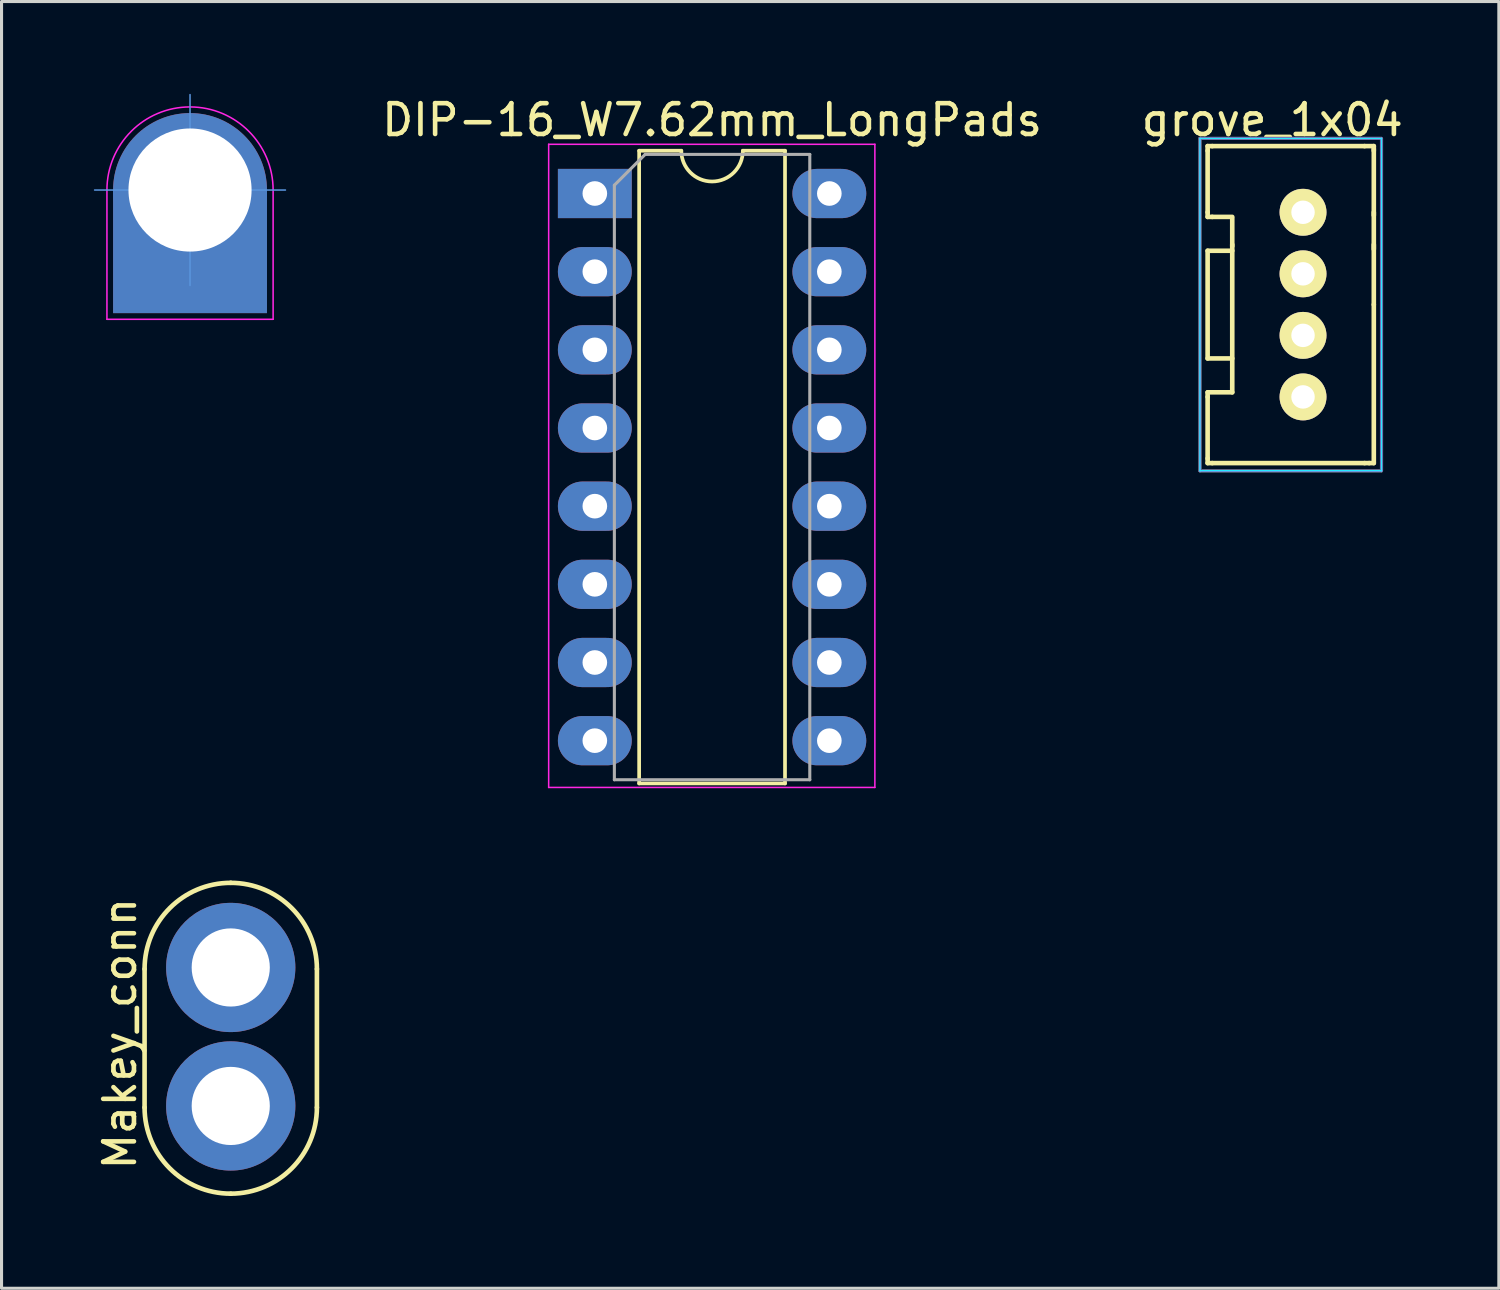
<source format=kicad_pcb>
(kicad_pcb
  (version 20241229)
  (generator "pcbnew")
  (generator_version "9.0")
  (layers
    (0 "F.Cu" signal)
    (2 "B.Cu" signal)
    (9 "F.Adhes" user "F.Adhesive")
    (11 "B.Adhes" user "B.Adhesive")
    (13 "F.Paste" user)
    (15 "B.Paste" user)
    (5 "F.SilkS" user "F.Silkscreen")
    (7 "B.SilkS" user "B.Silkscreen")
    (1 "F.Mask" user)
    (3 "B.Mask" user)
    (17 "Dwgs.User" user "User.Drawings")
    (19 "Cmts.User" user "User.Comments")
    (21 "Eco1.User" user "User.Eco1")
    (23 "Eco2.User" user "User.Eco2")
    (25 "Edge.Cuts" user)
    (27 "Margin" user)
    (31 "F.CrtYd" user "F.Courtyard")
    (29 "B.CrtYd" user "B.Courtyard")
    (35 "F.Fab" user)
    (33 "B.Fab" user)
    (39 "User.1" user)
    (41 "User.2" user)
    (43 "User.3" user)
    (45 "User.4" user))
  (footprint "Makey_conn"
    (layer "F.Cu")
    (at 4.448 30.638)
    (property "Reference" "Makey_conn" (at -3.6 -0.1 90) (layer "F.SilkS") (effects (font (size 1 1) (thickness 0.15))))
    (attr through_hole)
    (fp_line (start -2.8 2.3) (end -2.8 -2.2) (stroke (width 0.15) (type solid)) (layer "F.SilkS"))
    (fp_line (start 2.8 2.3) (end 2.8 -2.2) (stroke (width 0.15) (type solid)) (layer "F.SilkS"))
    (fp_arc (start -2.8 -2.2) (mid -1.979899 -4.179899) (end 0 -5) (stroke (width 0.15) (type solid)) (layer "F.SilkS"))
    (fp_arc (start 0 -5) (mid 1.979899 -4.179899) (end 2.8 -2.2) (stroke (width 0.15) (type solid)) (layer "F.SilkS"))
    (fp_arc (start 0 5.1) (mid -1.979899 4.279899) (end -2.8 2.3) (stroke (width 0.15) (type solid)) (layer "F.SilkS"))
    (fp_arc (start 2.8 2.3) (mid 1.979899 4.279899) (end 0 5.1) (stroke (width 0.15) (type solid)) (layer "F.SilkS"))
    (pad "1" thru_hole circle (at 0 -2.25) (size 4.2 4.2) (drill 2.54) (layers "*.Cu" "*.Mask"))
    (pad "1" thru_hole circle (at 0 2.25) (size 4.2 4.2) (drill 2.54) (layers "*.Cu" "*.Mask")))
  (footprint "DIP-16_W7.62mm_LongPads"
    (layer "F.Cu")
    (at 16.279 3.238)
    (property "Reference" "DIP-16_W7.62mm_LongPads" (at 3.81 -2.39 0) (layer "F.SilkS") (effects (font (size 1 1) (thickness 0.15))))
    (attr through_hole)
    (fp_line (start 1.44 -1.39) (end 1.44 19.17) (stroke (width 0.12) (type solid)) (layer "F.SilkS"))
    (fp_line (start 1.44 19.17) (end 6.18 19.17) (stroke (width 0.12) (type solid)) (layer "F.SilkS"))
    (fp_line (start 2.81 -1.39) (end 1.44 -1.39) (stroke (width 0.12) (type solid)) (layer "F.SilkS"))
    (fp_line (start 6.18 -1.39) (end 4.81 -1.39) (stroke (width 0.12) (type solid)) (layer "F.SilkS"))
    (fp_line (start 6.18 19.17) (end 6.18 -1.39) (stroke (width 0.12) (type solid)) (layer "F.SilkS"))
    (fp_arc (start 4.81 -1.39) (mid 3.81 -0.39) (end 2.81 -1.39) (stroke (width 0.12) (type solid)) (layer "F.SilkS"))
    (fp_line (start -1.5 -1.6) (end -1.5 19.3) (stroke (width 0.05) (type solid)) (layer "F.CrtYd"))
    (fp_line (start -1.5 19.3) (end 9.1 19.3) (stroke (width 0.05) (type solid)) (layer "F.CrtYd"))
    (fp_line (start 9.1 -1.6) (end -1.5 -1.6) (stroke (width 0.05) (type solid)) (layer "F.CrtYd"))
    (fp_line (start 9.1 19.3) (end 9.1 -1.6) (stroke (width 0.05) (type solid)) (layer "F.CrtYd"))
    (fp_line (start 0.635 -0.27) (end 1.635 -1.27) (stroke (width 0.1) (type solid)) (layer "F.Fab"))
    (fp_line (start 0.635 19.05) (end 0.635 -0.27) (stroke (width 0.1) (type solid)) (layer "F.Fab"))
    (fp_line (start 1.635 -1.27) (end 6.985 -1.27) (stroke (width 0.1) (type solid)) (layer "F.Fab"))
    (fp_line (start 6.985 -1.27) (end 6.985 19.05) (stroke (width 0.1) (type solid)) (layer "F.Fab"))
    (fp_line (start 6.985 19.05) (end 0.635 19.05) (stroke (width 0.1) (type solid)) (layer "F.Fab"))
    (pad "1" thru_hole rect (at 0 0) (size 2.4 1.6) (drill 0.8) (layers "*.Cu" "*.Mask"))
    (pad "2" thru_hole oval (at 0 2.54) (size 2.4 1.6) (drill 0.8) (layers "*.Cu" "*.Mask"))
    (pad "3" thru_hole oval (at 0 5.08) (size 2.4 1.6) (drill 0.8) (layers "*.Cu" "*.Mask"))
    (pad "4" thru_hole oval (at 0 7.62) (size 2.4 1.6) (drill 0.8) (layers "*.Cu" "*.Mask"))
    (pad "5" thru_hole oval (at 0 10.16) (size 2.4 1.6) (drill 0.8) (layers "*.Cu" "*.Mask"))
    (pad "6" thru_hole oval (at 0 12.7) (size 2.4 1.6) (drill 0.8) (layers "*.Cu" "*.Mask"))
    (pad "7" thru_hole oval (at 0 15.24) (size 2.4 1.6) (drill 0.8) (layers "*.Cu" "*.Mask"))
    (pad "8" thru_hole oval (at 0 17.78) (size 2.4 1.6) (drill 0.8) (layers "*.Cu" "*.Mask"))
    (pad "9" thru_hole oval (at 7.62 17.78) (size 2.4 1.6) (drill 0.8) (layers "*.Cu" "*.Mask"))
    (pad "10" thru_hole oval (at 7.62 15.24) (size 2.4 1.6) (drill 0.8) (layers "*.Cu" "*.Mask"))
    (pad "11" thru_hole oval (at 7.62 12.7) (size 2.4 1.6) (drill 0.8) (layers "*.Cu" "*.Mask"))
    (pad "12" thru_hole oval (at 7.62 10.16) (size 2.4 1.6) (drill 0.8) (layers "*.Cu" "*.Mask"))
    (pad "13" thru_hole oval (at 7.62 7.62) (size 2.4 1.6) (drill 0.8) (layers "*.Cu" "*.Mask"))
    (pad "14" thru_hole oval (at 7.62 5.08) (size 2.4 1.6) (drill 0.8) (layers "*.Cu" "*.Mask"))
    (pad "15" thru_hole oval (at 7.62 2.54) (size 2.4 1.6) (drill 0.8) (layers "*.Cu" "*.Mask"))
    (pad "16" thru_hole oval (at 7.62 0) (size 2.4 1.6) (drill 0.8) (layers "*.Cu" "*.Mask")))
  (footprint "grove_1x04"
    (layer "F.Cu")
    (at 39.292 3.848)
    (property "Reference" "grove_1x04" (at -1 -3 0) (layer "F.SilkS") (effects (font (size 1 1) (thickness 0.15))))
    (attr through_hole)
    (fp_line (start -3.1 -2.15) (end -2.95 -2.15) (stroke (width 0.15) (type solid)) (layer "F.SilkS"))
    (fp_line (start -3.1 -2) (end -3.1 -2.15) (stroke (width 0.15) (type solid)) (layer "F.SilkS"))
    (fp_line (start -3.1 -2) (end -3.1 0) (stroke (width 0.15) (type solid)) (layer "F.SilkS"))
    (fp_line (start -3.1 0.15) (end -3.1 0) (stroke (width 0.15) (type solid)) (layer "F.SilkS"))
    (fp_line (start -3.1 1.25) (end -3.1 4.75) (stroke (width 0.15) (type solid)) (layer "F.SilkS"))
    (fp_line (start -3.1 4.75) (end -2.3 4.75) (stroke (width 0.15) (type solid)) (layer "F.SilkS"))
    (fp_line (start -3.1 5.85) (end -2.3 5.85) (stroke (width 0.15) (type solid)) (layer "F.SilkS"))
    (fp_line (start -3.1 6) (end -3.1 5.85) (stroke (width 0.15) (type solid)) (layer "F.SilkS"))
    (fp_line (start -3.1 6) (end -3.1 8) (stroke (width 0.15) (type solid)) (layer "F.SilkS"))
    (fp_line (start -3.1 8.15) (end -3.1 8) (stroke (width 0.15) (type solid)) (layer "F.SilkS"))
    (fp_line (start -2.95 -2.15) (end 2 -2.15) (stroke (width 0.15) (type solid)) (layer "F.SilkS"))
    (fp_line (start -2.95 0.15) (end -3.1 0.15) (stroke (width 0.15) (type solid)) (layer "F.SilkS"))
    (fp_line (start -2.95 0.15) (end -2.3 0.15) (stroke (width 0.15) (type solid)) (layer "F.SilkS"))
    (fp_line (start -2.95 8.15) (end -3.1 8.15) (stroke (width 0.15) (type solid)) (layer "F.SilkS"))
    (fp_line (start -2.95 8.15) (end 2 8.15) (stroke (width 0.15) (type solid)) (layer "F.SilkS"))
    (fp_line (start -2.3 1.05) (end -2.3 5.85) (stroke (width 0.15) (type solid)) (layer "F.SilkS"))
    (fp_line (start -2.3 1.1) (end -2.3 0.2) (stroke (width 0.15) (type solid)) (layer "F.SilkS"))
    (fp_line (start -2.3 1.25) (end -3.1 1.25) (stroke (width 0.15) (type solid)) (layer "F.SilkS"))
    (fp_line (start 2 -2.15) (end 2.3 -2.15) (stroke (width 0.15) (type solid)) (layer "F.SilkS"))
    (fp_line (start 2 8.15) (end 2.15 8.15) (stroke (width 0.15) (type solid)) (layer "F.SilkS"))
    (fp_line (start 2.15 8.15) (end 2.3 8.15) (stroke (width 0.15) (type solid)) (layer "F.SilkS"))
    (fp_line (start 2.3 -2.15) (end 2.3 -2.05) (stroke (width 0.15) (type solid)) (layer "F.SilkS"))
    (fp_line (start 2.3 -2.05) (end 2.3 -2) (stroke (width 0.15) (type solid)) (layer "F.SilkS"))
    (fp_line (start 2.3 -2) (end 2.3 0.1) (stroke (width 0.15) (type solid)) (layer "F.SilkS"))
    (fp_line (start 2.3 1.05) (end 2.3 3) (stroke (width 0.15) (type solid)) (layer "F.SilkS"))
    (fp_line (start 2.3 1.2) (end 2.3 0) (stroke (width 0.15) (type solid)) (layer "F.SilkS"))
    (fp_line (start 2.3 8.15) (end 2.3 3) (stroke (width 0.15) (type solid)) (layer "F.SilkS"))
    (fp_line (start -3.35 -2.4) (end -3.35 8.4) (stroke (width 0.05) (type solid)) (layer "B.CrtYd"))
    (fp_line (start -3.35 8.4) (end 2.55 8.4) (stroke (width 0.05) (type solid)) (layer "B.CrtYd"))
    (fp_line (start 2.55 -2.4) (end -3.35 -2.4) (stroke (width 0.05) (type solid)) (layer "B.CrtYd"))
    (fp_line (start 2.55 8.4) (end 2.55 -2.4) (stroke (width 0.05) (type solid)) (layer "B.CrtYd"))
    (fp_line (start -3.35 -2.4) (end -3.35 8.4) (stroke (width 0.05) (type solid)) (layer "F.CrtYd"))
    (fp_line (start -3.35 8.4) (end 2.55 8.4) (stroke (width 0.05) (type solid)) (layer "F.CrtYd"))
    (fp_line (start -3.05 -2.4) (end -3.35 -2.4) (stroke (width 0.05) (type solid)) (layer "F.CrtYd"))
    (fp_line (start -3.05 -2.4) (end 2.55 -2.4) (stroke (width 0.05) (type solid)) (layer "F.CrtYd"))
    (fp_line (start 2.55 8.4) (end 2.55 -2.4) (stroke (width 0.05) (type solid)) (layer "F.CrtYd"))
    (fp_line (start -3.35 -2.4) (end 2.55 -2.4) (stroke (width 0.1) (type solid)) (layer "B.Fab"))
    (fp_line (start -3.35 8.4) (end -3.35 -2.4) (stroke (width 0.1) (type solid)) (layer "B.Fab"))
    (fp_line (start 2.55 -2.4) (end 2.55 8.375) (stroke (width 0.1) (type solid)) (layer "B.Fab"))
    (fp_line (start 2.55 8.4) (end -3.35 8.4) (stroke (width 0.1) (type solid)) (layer "B.Fab"))
    (fp_line (start -3.35 -2.4) (end 2.55 -2.4) (stroke (width 0.1) (type solid)) (layer "F.Fab"))
    (fp_line (start -3.35 8.4) (end -3.35 -2.4) (stroke (width 0.1) (type solid)) (layer "F.Fab"))
    (fp_line (start 2.55 -2.4) (end 2.55 8.4) (stroke (width 0.1) (type solid)) (layer "F.Fab"))
    (fp_line (start 2.55 8.4) (end -3.35 8.4) (stroke (width 0.1) (type solid)) (layer "F.Fab"))
    (pad "1" thru_hole circle (at 0 0) (size 1.524 1.524) (drill 0.762) (layers "*.Cu" "*.Mask" "F.SilkS"))
    (pad "2" thru_hole circle (at 0 2) (size 1.524 1.524) (drill 0.762) (layers "*.Cu" "*.Mask" "F.SilkS"))
    (pad "3" thru_hole circle (at 0 4) (size 1.524 1.524) (drill 0.762) (layers "*.Cu" "*.Mask" "F.SilkS"))
    (pad "4" thru_hole circle (at 0 6) (size 1.524 1.524) (drill 0.762) (layers "*.Cu" "*.Mask" "F.SilkS")))
  (footprint "BBC_CONNECTOR"
    (layer "F.Cu")
    (at 3.125 3.125)
    (property "Reference" "BBC_CONNECTOR" (at 0 0.125 0) (layer "F.Fab") (effects (font (size 0.1 0.1) (thickness 0.01))))
    (attr through_hole)
    (fp_line (start -3.1 0) (end 3.1 0) (stroke (width 0.05) (type solid)) (layer "Cmts.User"))
    (fp_line (start 0 -3.1) (end 0 3.1) (stroke (width 0.05) (type solid)) (layer "Cmts.User"))
    (fp_line (start -2.7 0) (end -2.7 4.2) (stroke (width 0.05) (type solid)) (layer "F.CrtYd"))
    (fp_line (start -2.7 4.2) (end 2.7 4.2) (stroke (width 0.05) (type solid)) (layer "F.CrtYd"))
    (fp_line (start 2.7 4.2) (end 2.7 0) (stroke (width 0.05) (type solid)) (layer "F.CrtYd"))
    (fp_arc (start -2.7 0) (mid 0 -2.7) (end 2.7 0) (stroke (width 0.05) (type solid)) (layer "F.CrtYd"))
    (fp_text user "${REFERENCE}" (at 0 0 180) (layer "Eco1.User") (effects (font (size 0.3 0.3) (thickness 0.03))))
    (pad "1" thru_hole circle (at 0 0) (size 5 5) (drill 4) (layers "*.Cu" "*.Mask"))
    (pad "1" smd rect (at 0 2) (size 5 4) (layers "F.Cu" "F.Mask"))
    (pad "1" smd rect (at 0 2) (size 5 4) (layers "*.Mask" "B.Cu")))
  (gr_rect
    (start -3 -3)
    (end 45.655 38.813)
    (stroke (width 0.1) (type default))
    (fill no)
    (layer "Edge.Cuts")))
</source>
